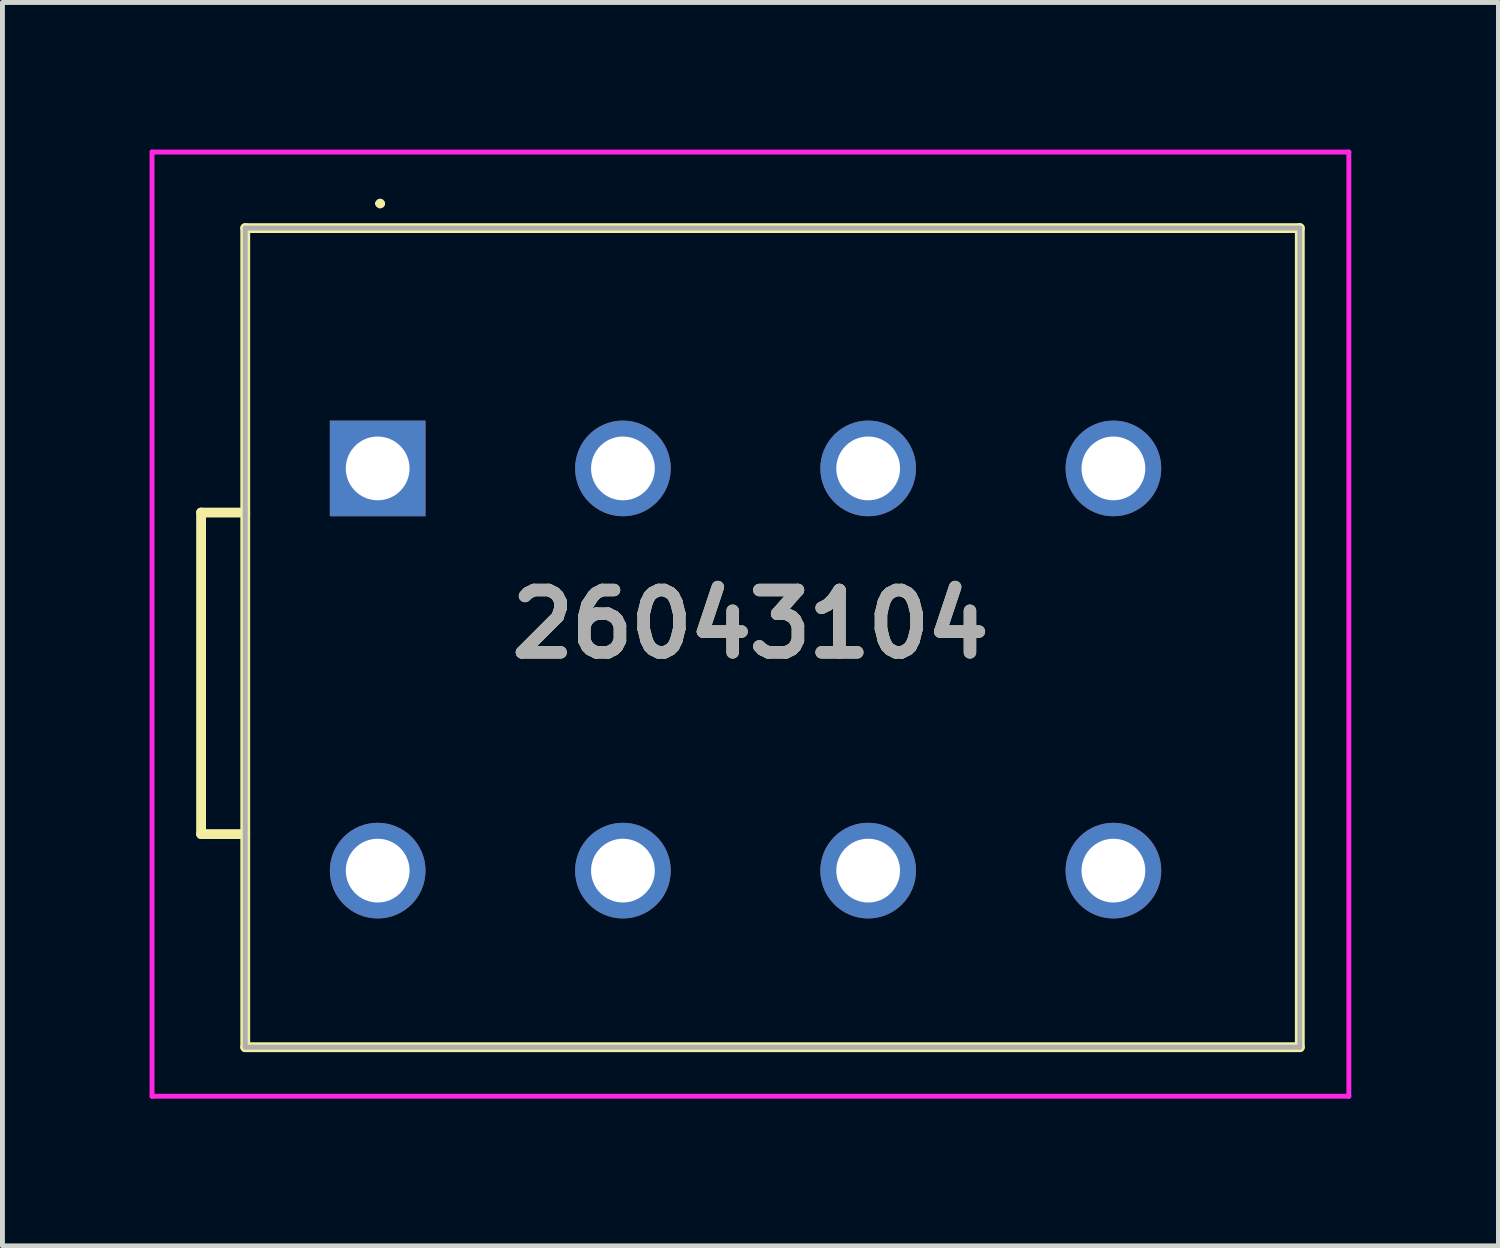
<source format=kicad_pcb>
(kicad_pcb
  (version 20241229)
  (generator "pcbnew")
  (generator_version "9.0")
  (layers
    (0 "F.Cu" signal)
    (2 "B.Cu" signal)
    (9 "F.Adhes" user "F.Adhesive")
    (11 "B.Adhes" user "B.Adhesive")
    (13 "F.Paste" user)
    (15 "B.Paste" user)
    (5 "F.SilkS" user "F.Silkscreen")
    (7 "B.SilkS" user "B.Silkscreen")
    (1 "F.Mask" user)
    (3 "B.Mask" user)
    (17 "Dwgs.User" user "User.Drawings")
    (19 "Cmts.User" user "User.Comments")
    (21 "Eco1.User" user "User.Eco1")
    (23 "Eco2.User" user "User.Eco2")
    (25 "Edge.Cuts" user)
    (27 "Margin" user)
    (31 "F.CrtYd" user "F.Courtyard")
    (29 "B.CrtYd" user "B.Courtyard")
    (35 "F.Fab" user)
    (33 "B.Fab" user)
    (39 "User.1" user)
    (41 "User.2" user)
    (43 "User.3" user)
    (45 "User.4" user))
  (footprint "26043104"
    (layer "F.Cu")
    (at 4.65 6.5)
    (property "Reference" "26043104" (at 7.6 3.175 0) (layer "F.SilkS") (effects (font (size 1.27 1.27) (thickness 0.254))))
    (attr through_hole)
    (fp_line (start -3.6 0.9) (end -3.6 7.455) (stroke (width 0.2) (type solid)) (layer "F.SilkS"))
    (fp_line (start -3.6 7.455) (end -2.7 7.455) (stroke (width 0.2) (type solid)) (layer "F.SilkS"))
    (fp_line (start -2.7 -4.9) (end 18.8 -4.9) (stroke (width 0.2) (type solid)) (layer "F.SilkS"))
    (fp_line (start -2.7 0.9) (end -3.6 0.9) (stroke (width 0.2) (type solid)) (layer "F.SilkS"))
    (fp_line (start -2.7 11.8) (end -2.7 -4.9) (stroke (width 0.2) (type solid)) (layer "F.SilkS"))
    (fp_line (start 0 -5.4) (end 0 -5.4) (stroke (width 0.1) (type solid)) (layer "F.SilkS"))
    (fp_line (start 0.1 -5.4) (end 0.1 -5.4) (stroke (width 0.1) (type solid)) (layer "F.SilkS"))
    (fp_line (start 18.8 -4.9) (end 18.8 11.8) (stroke (width 0.2) (type solid)) (layer "F.SilkS"))
    (fp_line (start 18.8 11.8) (end -2.7 11.8) (stroke (width 0.2) (type solid)) (layer "F.SilkS"))
    (fp_arc (start 0 -5.4) (mid 0.05 -5.45) (end 0.1 -5.4) (stroke (width 0.1) (type solid)) (layer "F.SilkS"))
    (fp_arc (start 0.1 -5.4) (mid 0.05 -5.35) (end 0 -5.4) (stroke (width 0.1) (type solid)) (layer "F.SilkS"))
    (fp_line (start -4.6 -6.45) (end 19.8 -6.45) (stroke (width 0.1) (type solid)) (layer "F.CrtYd"))
    (fp_line (start -4.6 12.8) (end -4.6 -6.45) (stroke (width 0.1) (type solid)) (layer "F.CrtYd"))
    (fp_line (start 19.8 -6.45) (end 19.8 12.8) (stroke (width 0.1) (type solid)) (layer "F.CrtYd"))
    (fp_line (start 19.8 12.8) (end -4.6 12.8) (stroke (width 0.1) (type solid)) (layer "F.CrtYd"))
    (fp_line (start -2.7 -4.9) (end 18.8 -4.9) (stroke (width 0.1) (type solid)) (layer "F.Fab"))
    (fp_line (start -2.7 11.8) (end -2.7 -4.9) (stroke (width 0.1) (type solid)) (layer "F.Fab"))
    (fp_line (start 18.8 -4.9) (end 18.8 11.8) (stroke (width 0.1) (type solid)) (layer "F.Fab"))
    (fp_line (start 18.8 11.8) (end -2.7 11.8) (stroke (width 0.1) (type solid)) (layer "F.Fab"))
    (fp_text user "${REFERENCE}" (at 7.6 3.175 0) (layer "F.Fab") (effects (font (size 1.27 1.27) (thickness 0.254))))
    (pad "1" thru_hole rect (at 0 0) (size 1.95 1.95) (drill 1.3) (layers "*.Cu" "*.Mask"))
    (pad "2" thru_hole circle (at 0 8.2) (size 1.95 1.95) (drill 1.3) (layers "*.Cu" "*.Mask"))
    (pad "3" thru_hole circle (at 5 0) (size 1.95 1.95) (drill 1.3) (layers "*.Cu" "*.Mask"))
    (pad "4" thru_hole circle (at 5 8.2) (size 1.95 1.95) (drill 1.3) (layers "*.Cu" "*.Mask"))
    (pad "5" thru_hole circle (at 10 0) (size 1.95 1.95) (drill 1.3) (layers "*.Cu" "*.Mask"))
    (pad "6" thru_hole circle (at 10 8.2) (size 1.95 1.95) (drill 1.3) (layers "*.Cu" "*.Mask"))
    (pad "7" thru_hole circle (at 15 0) (size 1.95 1.95) (drill 1.3) (layers "*.Cu" "*.Mask"))
    (pad "8" thru_hole circle (at 15 8.2) (size 1.95 1.95) (drill 1.3) (layers "*.Cu" "*.Mask")))
  (gr_rect
    (start -3 -3)
    (end 27.5 22.35)
    (stroke (width 0.1) (type default))
    (fill no)
    (layer "Edge.Cuts")))
</source>
